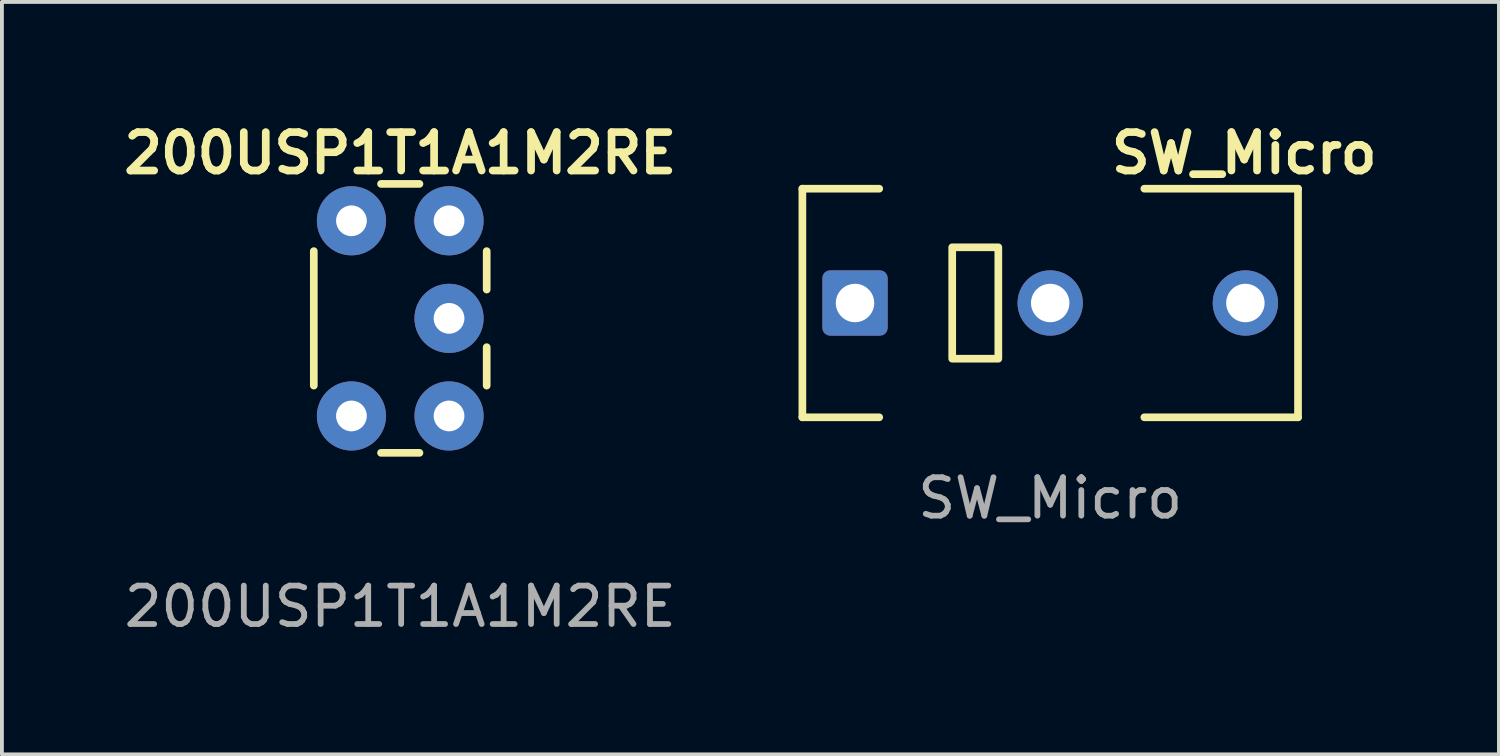
<source format=kicad_pcb>
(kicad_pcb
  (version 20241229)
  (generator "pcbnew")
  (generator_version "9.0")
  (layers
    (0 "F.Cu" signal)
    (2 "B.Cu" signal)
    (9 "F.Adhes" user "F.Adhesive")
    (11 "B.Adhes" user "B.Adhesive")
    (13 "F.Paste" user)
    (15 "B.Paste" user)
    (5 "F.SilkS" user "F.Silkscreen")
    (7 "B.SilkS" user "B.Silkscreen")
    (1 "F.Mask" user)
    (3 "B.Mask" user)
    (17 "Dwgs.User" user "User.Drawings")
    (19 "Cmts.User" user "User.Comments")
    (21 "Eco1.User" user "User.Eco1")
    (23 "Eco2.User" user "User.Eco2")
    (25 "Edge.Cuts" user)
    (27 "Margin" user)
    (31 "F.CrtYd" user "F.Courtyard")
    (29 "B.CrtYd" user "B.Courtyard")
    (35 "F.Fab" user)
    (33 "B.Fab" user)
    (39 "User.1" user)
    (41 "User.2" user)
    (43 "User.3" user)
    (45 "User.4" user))
  (footprint "SW_Micro"
    (layer "F.Cu")
    (at 24.283 4.836)
    (property "Reference" "SW_Micro" (at 5.05 -3.9 0) (layer "F.SilkS") (effects (font (size 1 1) (thickness 0.2) (bold yes))))
    (attr through_hole)
    (fp_line (start -6.45 -2.975) (end -6.45 2.975) (stroke (width 0.2) (type default)) (layer "F.SilkS"))
    (fp_line (start -4.45 -2.975) (end -6.45 -2.975) (stroke (width 0.2) (type solid)) (layer "F.SilkS"))
    (fp_line (start -4.45 2.975) (end -6.45 2.975) (stroke (width 0.2) (type solid)) (layer "F.SilkS"))
    (fp_line (start 6.45 -2.975) (end 2.45 -2.975) (stroke (width 0.2) (type solid)) (layer "F.SilkS"))
    (fp_line (start 6.45 2.975) (end 2.45 2.975) (stroke (width 0.2) (type solid)) (layer "F.SilkS"))
    (fp_line (start 6.45 2.975) (end 6.45 -2.975) (stroke (width 0.2) (type default)) (layer "F.SilkS"))
    (fp_rect (start -2.55 -1.45) (end -1.35 1.45) (stroke (width 0.2) (type solid)) (fill no) (layer "F.SilkS"))
    (fp_rect (start -6.25 -2.775) (end 6.25 2.775) (stroke (width 0.2) (type default)) (fill no) (layer "User.1"))
    (fp_text user "${REFERENCE}" (at 0 5.08 0) (layer "F.Fab") (effects (font (size 1 1) (thickness 0.15))))
    (pad "1" thru_hole circle (at 5.08 0) (size 1.7 1.7) (drill 1) (layers "*.Cu" "*.Mask"))
    (pad "2" thru_hole roundrect (at -5.08 0) (size 1.7 1.7) (drill 1) (layers "*.Cu" "*.Mask") (roundrect_rratio 0.118))
    (pad "3" thru_hole circle (at 0 0) (size 1.7 1.7) (drill 1) (layers "*.Cu" "*.Mask")))
  (footprint "200USP1T1A1M2RE"
    (layer "F.Cu")
    (at 7.367 5.236)
    (property "Reference" "200USP1T1A1M2RE" (at 0 -4.3 0) (unlocked yes) (layer "F.SilkS") (effects (font (size 1 1) (thickness 0.2) (bold yes))))
    (attr through_hole)
    (fp_line (start -2.25 1.75) (end -2.25 -1.75) (stroke (width 0.2) (type default)) (layer "F.SilkS"))
    (fp_line (start -0.5 -3.5) (end 0.5 -3.5) (stroke (width 0.2) (type default)) (layer "F.SilkS"))
    (fp_line (start -0.5 3.5) (end 0.5 3.5) (stroke (width 0.2) (type default)) (layer "F.SilkS"))
    (fp_line (start 2.25 -0.75) (end 2.25 -1.75) (stroke (width 0.2) (type default)) (layer "F.SilkS"))
    (fp_line (start 2.25 1.75) (end 2.25 0.75) (stroke (width 0.2) (type default)) (layer "F.SilkS"))
    (fp_text user "${REFERENCE}" (at 0 7.5 0) (unlocked yes) (layer "F.Fab") (effects (font (size 1 1) (thickness 0.15))))
    (pad "1" thru_hole circle (at 1.27 -2.54 90) (size 1.8 1.8) (drill 0.8) (layers "*.Cu" "*.Mask"))
    (pad "2" thru_hole circle (at 1.27 0 90) (size 1.8 1.8) (drill 0.8) (layers "*.Cu" "*.Mask"))
    (pad "3" thru_hole circle (at 1.27 2.54 90) (size 1.8 1.8) (drill 0.8) (layers "*.Cu" "*.Mask"))
    (pad "4" thru_hole circle (at -1.27 -2.54 90) (size 1.8 1.8) (drill 0.8) (layers "*.Cu" "*.Mask"))
    (pad "4" thru_hole circle (at -1.27 2.54 90) (size 1.8 1.8) (drill 0.8) (layers "*.Cu" "*.Mask")))
  (gr_rect
    (start -3 -3)
    (end 35.962 16.584)
    (stroke (width 0.1) (type default))
    (fill no)
    (layer "Edge.Cuts")))
</source>
